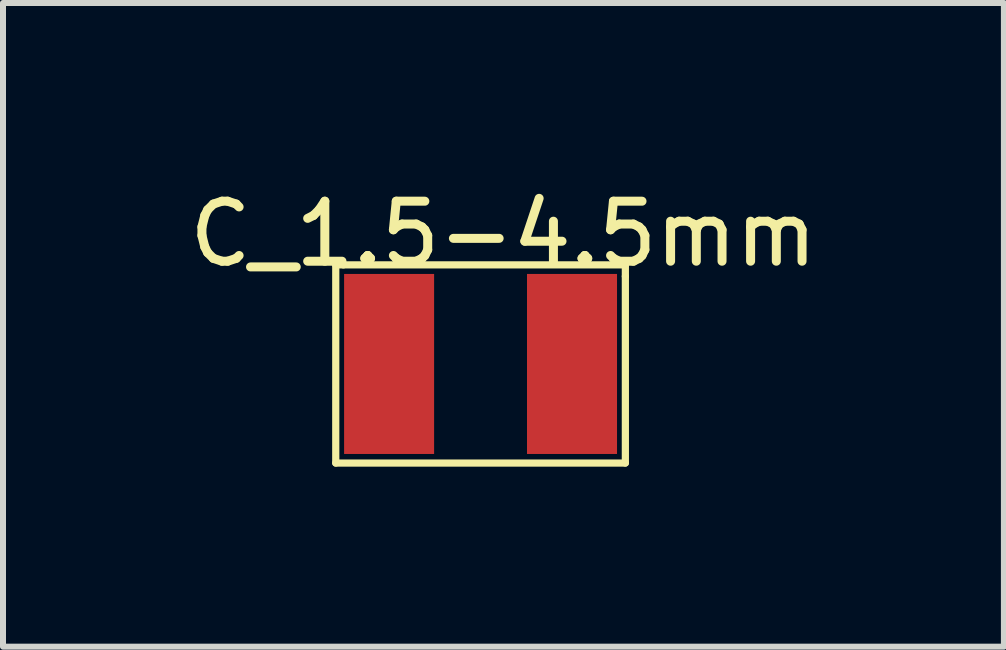
<source format=kicad_pcb>
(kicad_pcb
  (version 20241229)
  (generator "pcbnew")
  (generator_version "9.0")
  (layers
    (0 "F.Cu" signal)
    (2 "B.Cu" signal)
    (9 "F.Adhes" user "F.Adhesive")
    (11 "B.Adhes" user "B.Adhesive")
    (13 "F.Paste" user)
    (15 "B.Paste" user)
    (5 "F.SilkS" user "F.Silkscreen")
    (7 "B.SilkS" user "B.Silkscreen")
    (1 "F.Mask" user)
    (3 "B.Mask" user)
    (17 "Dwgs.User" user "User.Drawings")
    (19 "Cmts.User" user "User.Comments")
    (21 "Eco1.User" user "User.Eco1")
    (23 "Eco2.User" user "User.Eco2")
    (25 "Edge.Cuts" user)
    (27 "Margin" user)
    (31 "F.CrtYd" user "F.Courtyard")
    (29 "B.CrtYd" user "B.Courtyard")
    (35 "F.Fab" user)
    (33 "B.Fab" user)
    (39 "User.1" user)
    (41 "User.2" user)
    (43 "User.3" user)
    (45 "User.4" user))
  (footprint "C_1.5-4.5mm"
    (layer "F.Cu")
    (at 5.339 3.015)
    (property "Reference" "C_1.5-4.5mm" (at 0 -2.167 0) (layer "F.SilkS") (effects (font (size 1 1) (thickness 0.15))))
    (attr through_hole)
    (fp_line (start -2.794 -1.651) (end -2.667 -1.651) (stroke (width 0.12) (type solid)) (layer "F.SilkS"))
    (fp_line (start -2.794 1.651) (end -2.794 -1.651) (stroke (width 0.12) (type solid)) (layer "F.SilkS"))
    (fp_line (start -2.667 -1.651) (end 2.032 -1.651) (stroke (width 0.12) (type solid)) (layer "F.SilkS"))
    (fp_line (start 2.032 -1.651) (end 2.032 -1.46) (stroke (width 0.12) (type solid)) (layer "F.SilkS"))
    (fp_line (start 2.032 -1.46) (end 2.032 1.651) (stroke (width 0.12) (type solid)) (layer "F.SilkS"))
    (fp_line (start 2.032 1.651) (end -2.794 1.651) (stroke (width 0.12) (type solid)) (layer "F.SilkS"))
    (pad "1" smd rect (at -1.905 0) (size 1.5 3) (layers "F.Cu" "F.Mask" "F.Paste"))
    (pad "2" smd rect (at 1.143 0) (size 1.5 3) (layers "F.Cu" "F.Mask" "F.Paste")))
  (gr_rect
    (start -3 -3)
    (end 13.679 7.726)
    (stroke (width 0.1) (type default))
    (fill no)
    (layer "Edge.Cuts")))
</source>
